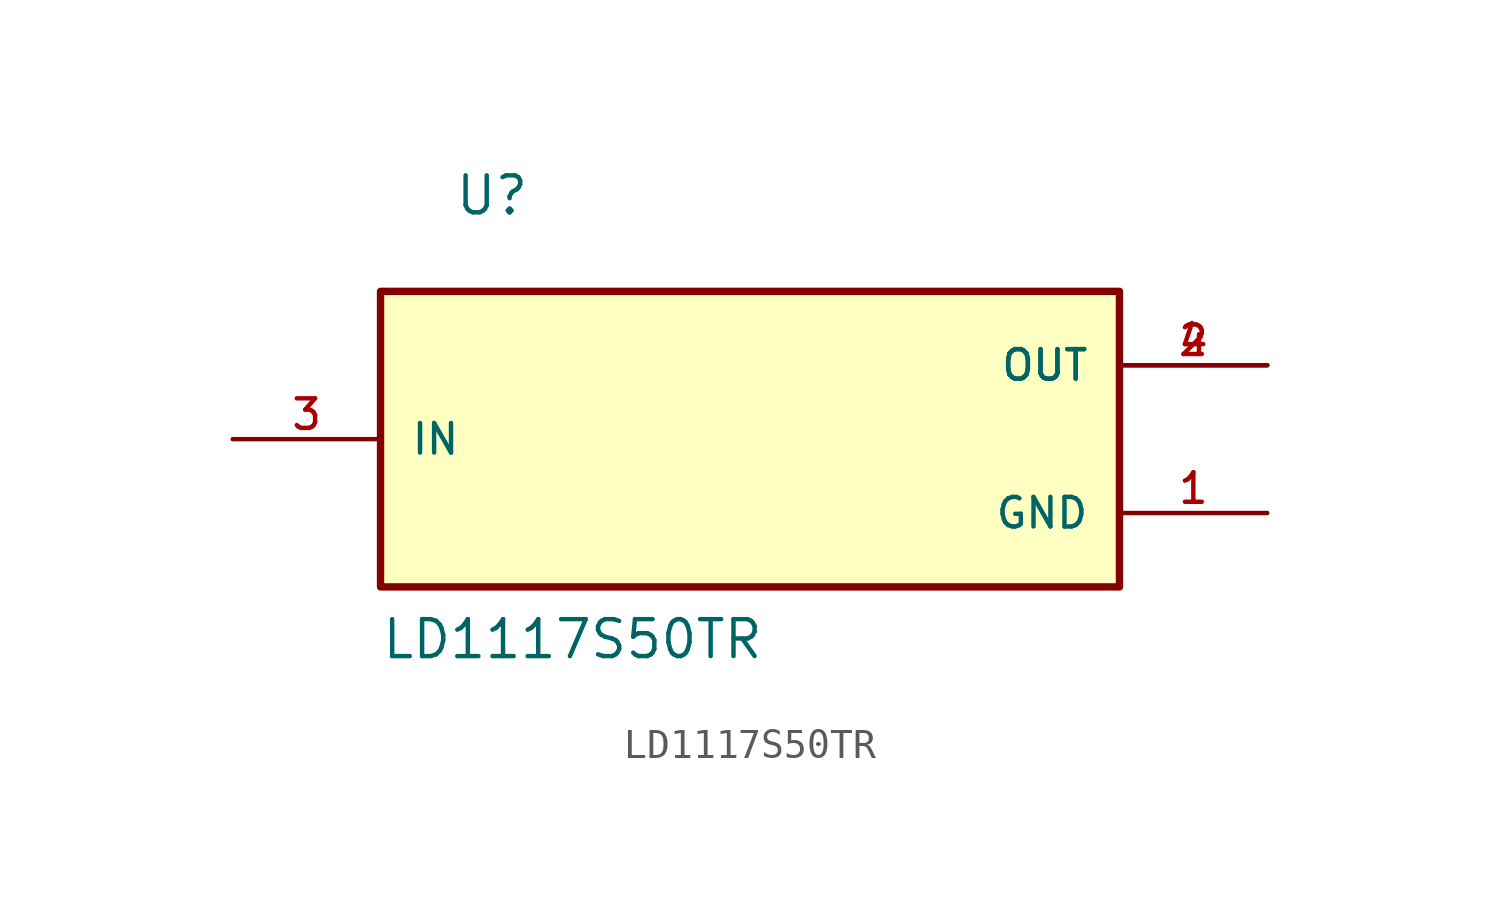
<source format=kicad_sym>
(kicad_symbol_lib
  (version 20211014)
  (generator kicad_symbol_editor)
  (symbol "LD1117S50TR"
    (pin_names
      (offset 1.016))
    (property "Reference" "U"
      (at -10.178 7.634 0)
      (effects (font (size 1.27 1.27)) (justify bottom left)))
    (property "Value" "LD1117S50TR"
      (at -12.702 -7.621 0)
      (effects (font (size 1.27 1.27)) (justify bottom left)))
    (symbol "LD1117S50TR_0_0"
      (rectangle (start -12.7 -5.08) (end 12.7 5.08) (stroke (width 0.254)) (fill (type background)))
      (pin input line (at -17.78 0.0 0) (length 5.08) (name "IN" (effects (font (size 1.016 1.016)))) (number "3" (effects (font (size 1.016 1.016)))))
      (pin output line (at 17.78 2.54 180.0) (length 5.08) (name "OUT" (effects (font (size 1.016 1.016)))) (number "2" (effects (font (size 1.016 1.016)))))
      (pin output line (at 17.78 2.54 180.0) (length 5.08) (name "OUT" (effects (font (size 1.016 1.016)))) (number "4" (effects (font (size 1.016 1.016)))))
      (pin power_in line (at 17.78 -2.54 180.0) (length 5.08) (name "GND" (effects (font (size 1.016 1.016)))) (number "1" (effects (font (size 1.016 1.016))))))))
</source>
